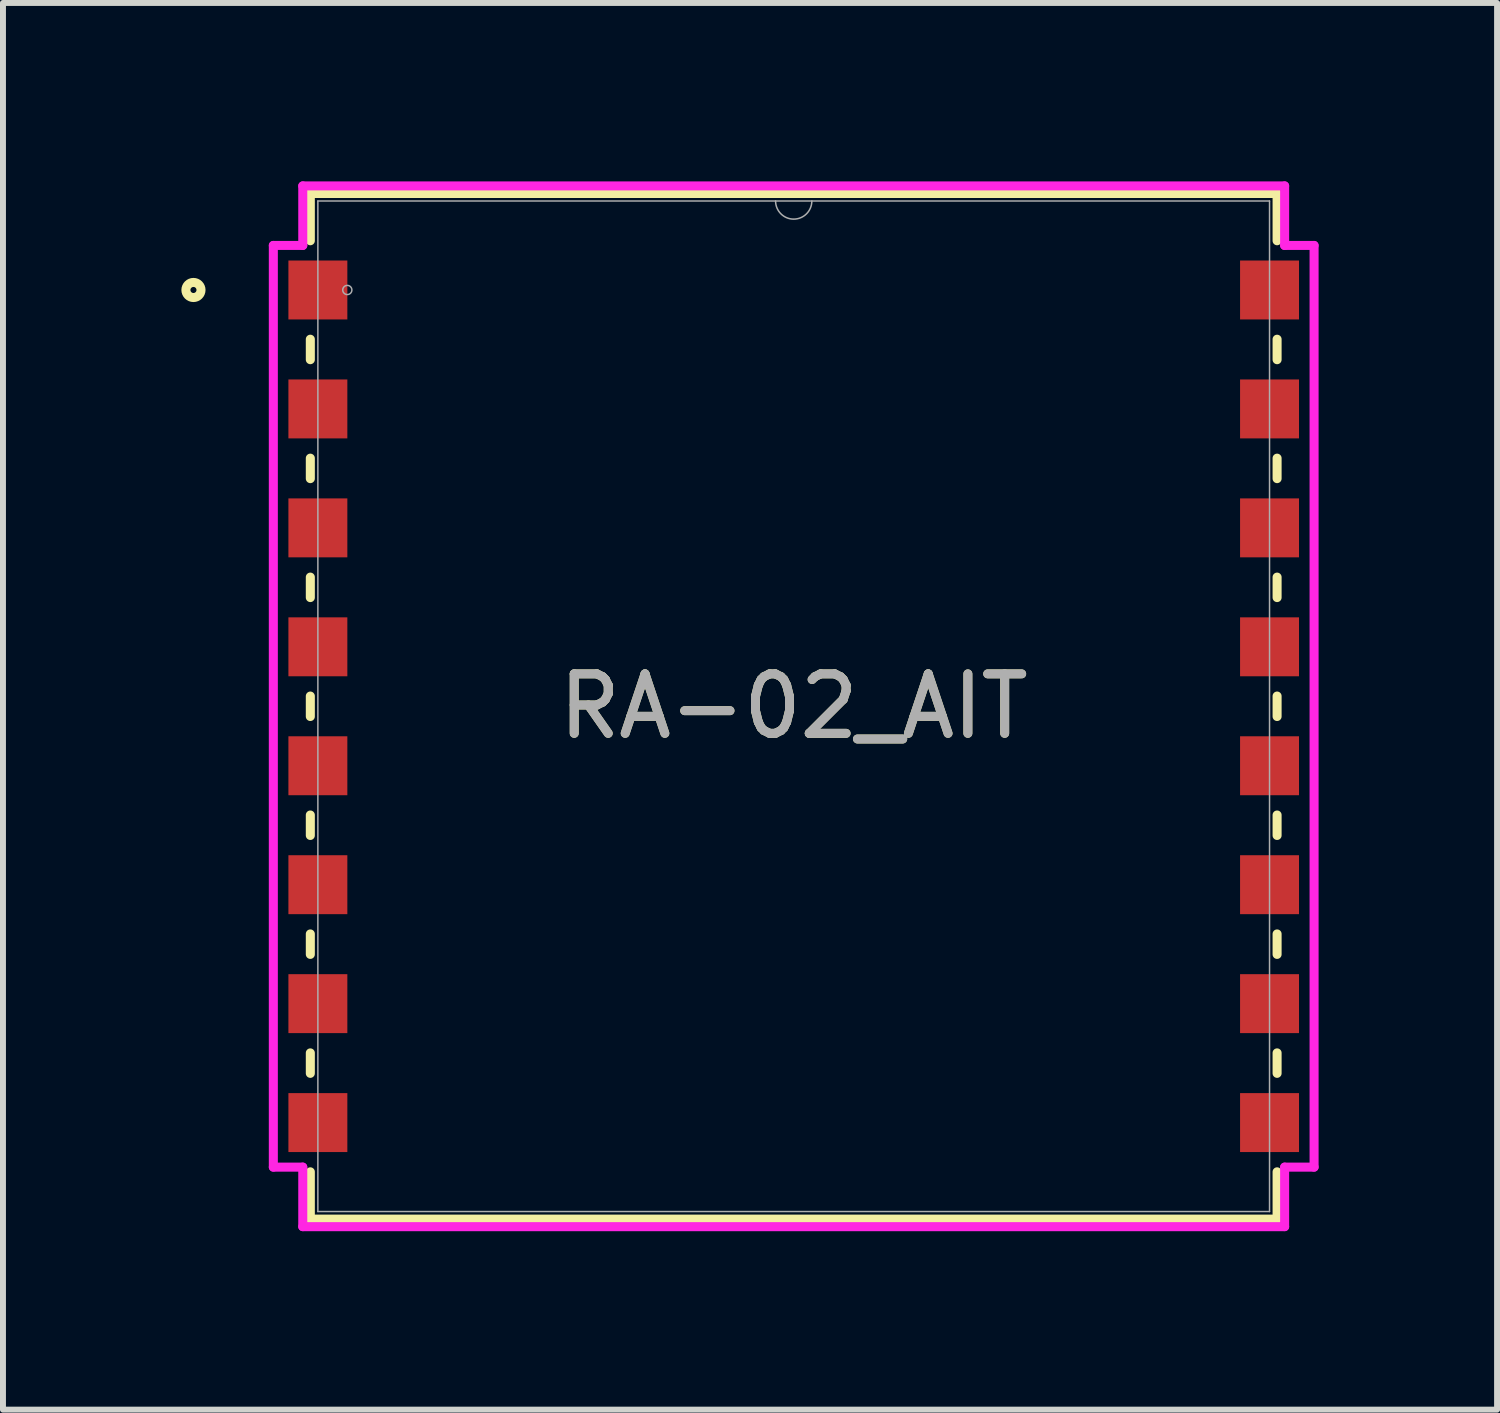
<source format=kicad_pcb>
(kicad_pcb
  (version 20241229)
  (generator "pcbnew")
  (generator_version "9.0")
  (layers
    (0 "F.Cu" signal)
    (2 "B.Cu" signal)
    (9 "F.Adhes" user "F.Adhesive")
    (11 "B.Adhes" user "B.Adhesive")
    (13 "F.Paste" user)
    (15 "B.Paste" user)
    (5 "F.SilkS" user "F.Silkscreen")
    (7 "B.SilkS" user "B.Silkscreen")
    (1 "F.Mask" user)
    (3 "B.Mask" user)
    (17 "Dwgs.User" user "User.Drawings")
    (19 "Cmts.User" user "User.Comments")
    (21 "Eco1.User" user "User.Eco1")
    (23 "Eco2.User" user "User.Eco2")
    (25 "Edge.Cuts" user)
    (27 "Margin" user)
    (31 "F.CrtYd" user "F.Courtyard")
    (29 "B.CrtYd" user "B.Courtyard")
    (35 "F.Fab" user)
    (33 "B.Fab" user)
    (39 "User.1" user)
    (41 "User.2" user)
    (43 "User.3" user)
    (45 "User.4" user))
  (footprint "RA-02_AIT"
    (layer "F.Cu")
    (at 10.296 8.826)
    (property "Reference" "RA-02_AIT" (at 0 0 0) (unlocked yes) (layer "F.SilkS") (effects (font (size 1 1) (thickness 0.15))))
    (attr smd)
    (fp_line (start -8.128 -8.623) (end -8.128 -7.828) (stroke (width 0.152) (type solid)) (layer "F.SilkS"))
    (fp_line (start -8.128 -6.172) (end -8.128 -5.828) (stroke (width 0.152) (type solid)) (layer "F.SilkS"))
    (fp_line (start -8.128 -4.172) (end -8.128 -3.828) (stroke (width 0.152) (type solid)) (layer "F.SilkS"))
    (fp_line (start -8.128 -2.172) (end -8.128 -1.828) (stroke (width 0.152) (type solid)) (layer "F.SilkS"))
    (fp_line (start -8.128 -0.172) (end -8.128 0.172) (stroke (width 0.152) (type solid)) (layer "F.SilkS"))
    (fp_line (start -8.128 1.828) (end -8.128 2.172) (stroke (width 0.152) (type solid)) (layer "F.SilkS"))
    (fp_line (start -8.128 3.828) (end -8.128 4.172) (stroke (width 0.152) (type solid)) (layer "F.SilkS"))
    (fp_line (start -8.128 5.828) (end -8.128 6.172) (stroke (width 0.152) (type solid)) (layer "F.SilkS"))
    (fp_line (start -8.128 7.828) (end -8.128 8.623) (stroke (width 0.152) (type solid)) (layer "F.SilkS"))
    (fp_line (start -8.128 8.623) (end 8.128 8.623) (stroke (width 0.152) (type solid)) (layer "F.SilkS"))
    (fp_line (start 8.128 -8.623) (end -8.128 -8.623) (stroke (width 0.152) (type solid)) (layer "F.SilkS"))
    (fp_line (start 8.128 -7.828) (end 8.128 -8.623) (stroke (width 0.152) (type solid)) (layer "F.SilkS"))
    (fp_line (start 8.128 -5.828) (end 8.128 -6.172) (stroke (width 0.152) (type solid)) (layer "F.SilkS"))
    (fp_line (start 8.128 -3.828) (end 8.128 -4.172) (stroke (width 0.152) (type solid)) (layer "F.SilkS"))
    (fp_line (start 8.128 -1.828) (end 8.128 -2.172) (stroke (width 0.152) (type solid)) (layer "F.SilkS"))
    (fp_line (start 8.128 0.172) (end 8.128 -0.172) (stroke (width 0.152) (type solid)) (layer "F.SilkS"))
    (fp_line (start 8.128 2.172) (end 8.128 1.828) (stroke (width 0.152) (type solid)) (layer "F.SilkS"))
    (fp_line (start 8.128 4.172) (end 8.128 3.828) (stroke (width 0.152) (type solid)) (layer "F.SilkS"))
    (fp_line (start 8.128 6.172) (end 8.128 5.828) (stroke (width 0.152) (type solid)) (layer "F.SilkS"))
    (fp_line (start 8.128 8.623) (end 8.128 7.828) (stroke (width 0.152) (type solid)) (layer "F.SilkS"))
    (fp_circle (center -10.093 -7) (end -9.966 -7) (stroke (width 0.152) (type solid)) (fill no) (layer "F.SilkS"))
    (fp_line (start -8.75 -7.749) (end -8.255 -7.749) (stroke (width 0.152) (type solid)) (layer "F.CrtYd"))
    (fp_line (start -8.75 7.749) (end -8.75 -7.749) (stroke (width 0.152) (type solid)) (layer "F.CrtYd"))
    (fp_line (start -8.75 7.749) (end -8.255 7.749) (stroke (width 0.152) (type solid)) (layer "F.CrtYd"))
    (fp_line (start -8.255 -8.75) (end 8.255 -8.75) (stroke (width 0.152) (type solid)) (layer "F.CrtYd"))
    (fp_line (start -8.255 -7.749) (end -8.255 -8.75) (stroke (width 0.152) (type solid)) (layer "F.CrtYd"))
    (fp_line (start -8.255 8.75) (end -8.255 7.749) (stroke (width 0.152) (type solid)) (layer "F.CrtYd"))
    (fp_line (start 8.255 -8.75) (end 8.255 -7.749) (stroke (width 0.152) (type solid)) (layer "F.CrtYd"))
    (fp_line (start 8.255 7.749) (end 8.255 8.75) (stroke (width 0.152) (type solid)) (layer "F.CrtYd"))
    (fp_line (start 8.255 8.75) (end -8.255 8.75) (stroke (width 0.152) (type solid)) (layer "F.CrtYd"))
    (fp_line (start 8.75 -7.749) (end 8.255 -7.749) (stroke (width 0.152) (type solid)) (layer "F.CrtYd"))
    (fp_line (start 8.75 -7.749) (end 8.75 7.749) (stroke (width 0.152) (type solid)) (layer "F.CrtYd"))
    (fp_line (start 8.75 7.749) (end 8.255 7.749) (stroke (width 0.152) (type solid)) (layer "F.CrtYd"))
    (fp_line (start -8.001 -8.496) (end -8.001 8.496) (stroke (width 0.025) (type solid)) (layer "F.Fab"))
    (fp_line (start -8.001 8.496) (end 8.001 8.496) (stroke (width 0.025) (type solid)) (layer "F.Fab"))
    (fp_line (start 8.001 -8.496) (end -8.001 -8.496) (stroke (width 0.025) (type solid)) (layer "F.Fab"))
    (fp_line (start 8.001 8.496) (end 8.001 -8.496) (stroke (width 0.025) (type solid)) (layer "F.Fab"))
    (fp_arc (start 0.3048 -8.4963) (mid 0 -8.1915) (end -0.3048 -8.4963) (stroke (width 0.0254) (type solid)) (layer "F.Fab"))
    (fp_circle (center -7.506 -7) (end -7.429 -7) (stroke (width 0.025) (type solid)) (fill no) (layer "F.Fab"))
    (fp_text user "${REFERENCE}" (at 0 0 0) (unlocked yes) (layer "F.Fab") (effects (font (size 1 1) (thickness 0.15))))
    (pad "1" smd rect (at -8.001 -7) (size 0.991 0.991) (layers "F.Cu" "F.Mask" "F.Paste"))
    (pad "2" smd rect (at -8.001 -5) (size 0.991 0.991) (layers "F.Cu" "F.Mask" "F.Paste"))
    (pad "3" smd rect (at -8.001 -3) (size 0.991 0.991) (layers "F.Cu" "F.Mask" "F.Paste"))
    (pad "4" smd rect (at -8.001 -1) (size 0.991 0.991) (layers "F.Cu" "F.Mask" "F.Paste"))
    (pad "5" smd rect (at -8.001 1) (size 0.991 0.991) (layers "F.Cu" "F.Mask" "F.Paste"))
    (pad "6" smd rect (at -8.001 3) (size 0.991 0.991) (layers "F.Cu" "F.Mask" "F.Paste"))
    (pad "7" smd rect (at -8.001 5) (size 0.991 0.991) (layers "F.Cu" "F.Mask" "F.Paste"))
    (pad "8" smd rect (at -8.001 7) (size 0.991 0.991) (layers "F.Cu" "F.Mask" "F.Paste"))
    (pad "9" smd rect (at 8.001 7) (size 0.991 0.991) (layers "F.Cu" "F.Mask" "F.Paste"))
    (pad "10" smd rect (at 8.001 5) (size 0.991 0.991) (layers "F.Cu" "F.Mask" "F.Paste"))
    (pad "11" smd rect (at 8.001 3) (size 0.991 0.991) (layers "F.Cu" "F.Mask" "F.Paste"))
    (pad "12" smd rect (at 8.001 1) (size 0.991 0.991) (layers "F.Cu" "F.Mask" "F.Paste"))
    (pad "13" smd rect (at 8.001 -1) (size 0.991 0.991) (layers "F.Cu" "F.Mask" "F.Paste"))
    (pad "14" smd rect (at 8.001 -3) (size 0.991 0.991) (layers "F.Cu" "F.Mask" "F.Paste"))
    (pad "15" smd rect (at 8.001 -5) (size 0.991 0.991) (layers "F.Cu" "F.Mask" "F.Paste"))
    (pad "16" smd rect (at 8.001 -7) (size 0.991 0.991) (layers "F.Cu" "F.Mask" "F.Paste")))
  (gr_rect
    (start -3 -3)
    (end 22.123 20.653)
    (stroke (width 0.1) (type default))
    (fill no)
    (layer "Edge.Cuts")))
</source>
